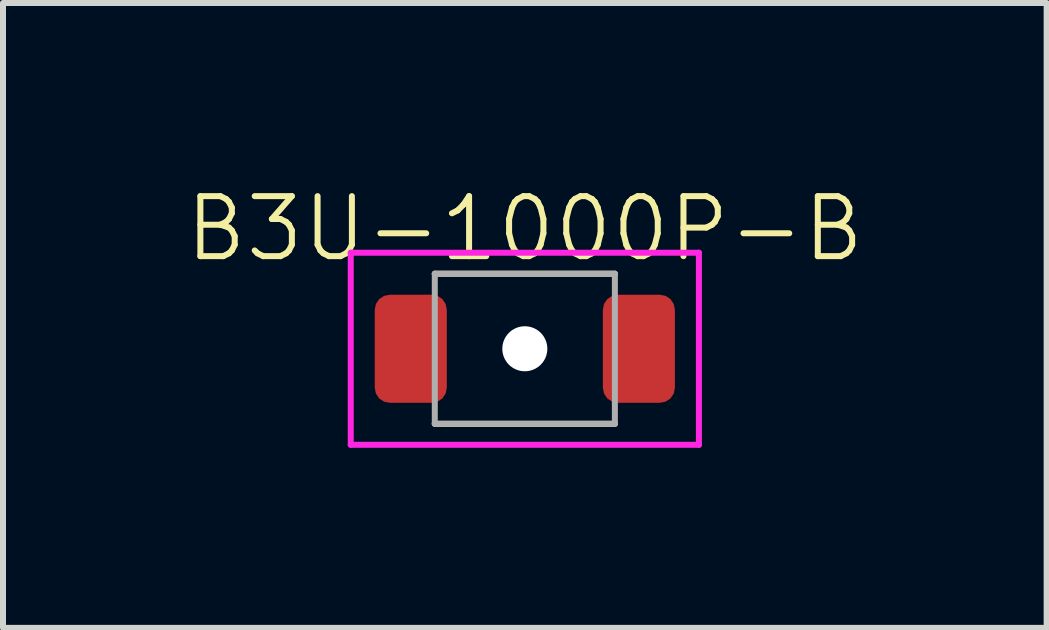
<source format=kicad_pcb>
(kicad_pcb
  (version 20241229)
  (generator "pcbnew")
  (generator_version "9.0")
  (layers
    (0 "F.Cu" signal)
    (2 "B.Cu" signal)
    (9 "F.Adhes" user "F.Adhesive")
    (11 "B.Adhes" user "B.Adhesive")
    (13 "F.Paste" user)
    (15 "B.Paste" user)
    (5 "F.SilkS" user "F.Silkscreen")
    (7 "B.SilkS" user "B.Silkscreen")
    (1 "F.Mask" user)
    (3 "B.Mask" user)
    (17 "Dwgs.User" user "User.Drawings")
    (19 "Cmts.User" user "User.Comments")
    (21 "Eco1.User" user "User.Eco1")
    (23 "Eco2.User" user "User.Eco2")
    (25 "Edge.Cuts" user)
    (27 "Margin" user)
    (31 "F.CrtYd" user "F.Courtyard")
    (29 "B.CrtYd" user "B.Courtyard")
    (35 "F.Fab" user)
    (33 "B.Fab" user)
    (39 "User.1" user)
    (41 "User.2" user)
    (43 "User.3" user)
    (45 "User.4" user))
  (footprint "B3U-1000P-B"
    (layer "F.Cu")
    (at 5.693 2.76)
    (property "Reference" "B3U-1000P-B" (at 0 -2 0) (layer "F.SilkS") (effects (font (size 1 1) (thickness 0.1))))
    (attr smd)
    (fp_line (start 1.5 -1.25) (end -1.5 -1.25) (stroke (width 0.1) (type solid)) (layer "F.SilkS"))
    (fp_line (start 1.5 1.25) (end -1.5 1.25) (stroke (width 0.1) (type solid)) (layer "F.SilkS"))
    (fp_line (start -2.9 -1.6) (end -2.9 1.6) (stroke (width 0.1) (type solid)) (layer "F.CrtYd"))
    (fp_line (start -2.9 1.6) (end 2.9 1.6) (stroke (width 0.1) (type solid)) (layer "F.CrtYd"))
    (fp_line (start 2.9 -1.6) (end -2.9 -1.6) (stroke (width 0.1) (type solid)) (layer "F.CrtYd"))
    (fp_line (start 2.9 1.6) (end 2.9 -1.6) (stroke (width 0.1) (type solid)) (layer "F.CrtYd"))
    (fp_line (start -1.5 -1.25) (end 1.5 -1.25) (stroke (width 0.1) (type solid)) (layer "F.Fab"))
    (fp_line (start -1.5 1.25) (end -1.5 -1.25) (stroke (width 0.1) (type solid)) (layer "F.Fab"))
    (fp_line (start 1.5 -1.25) (end 1.5 1.25) (stroke (width 0.1) (type solid)) (layer "F.Fab"))
    (fp_line (start 1.5 1.25) (end -1.5 1.25) (stroke (width 0.1) (type solid)) (layer "F.Fab"))
    (pad "" np_thru_hole circle (at 0 0) (size 0.75 0.75) (drill 0.75) (layers "*.Cu" "*.Mask"))
    (pad "1" smd roundrect (at -1.9 0) (size 1.2 1.8) (layers "F.Cu" "F.Mask" "F.Paste") (roundrect_rratio 0.208))
    (pad "2" smd roundrect (at 1.9 0) (size 1.2 1.8) (layers "F.Cu" "F.Mask" "F.Paste") (roundrect_rratio 0.208)))
  (gr_rect
    (start -3 -3)
    (end 14.386 7.41)
    (stroke (width 0.1) (type default))
    (fill no)
    (layer "Edge.Cuts")))
</source>
